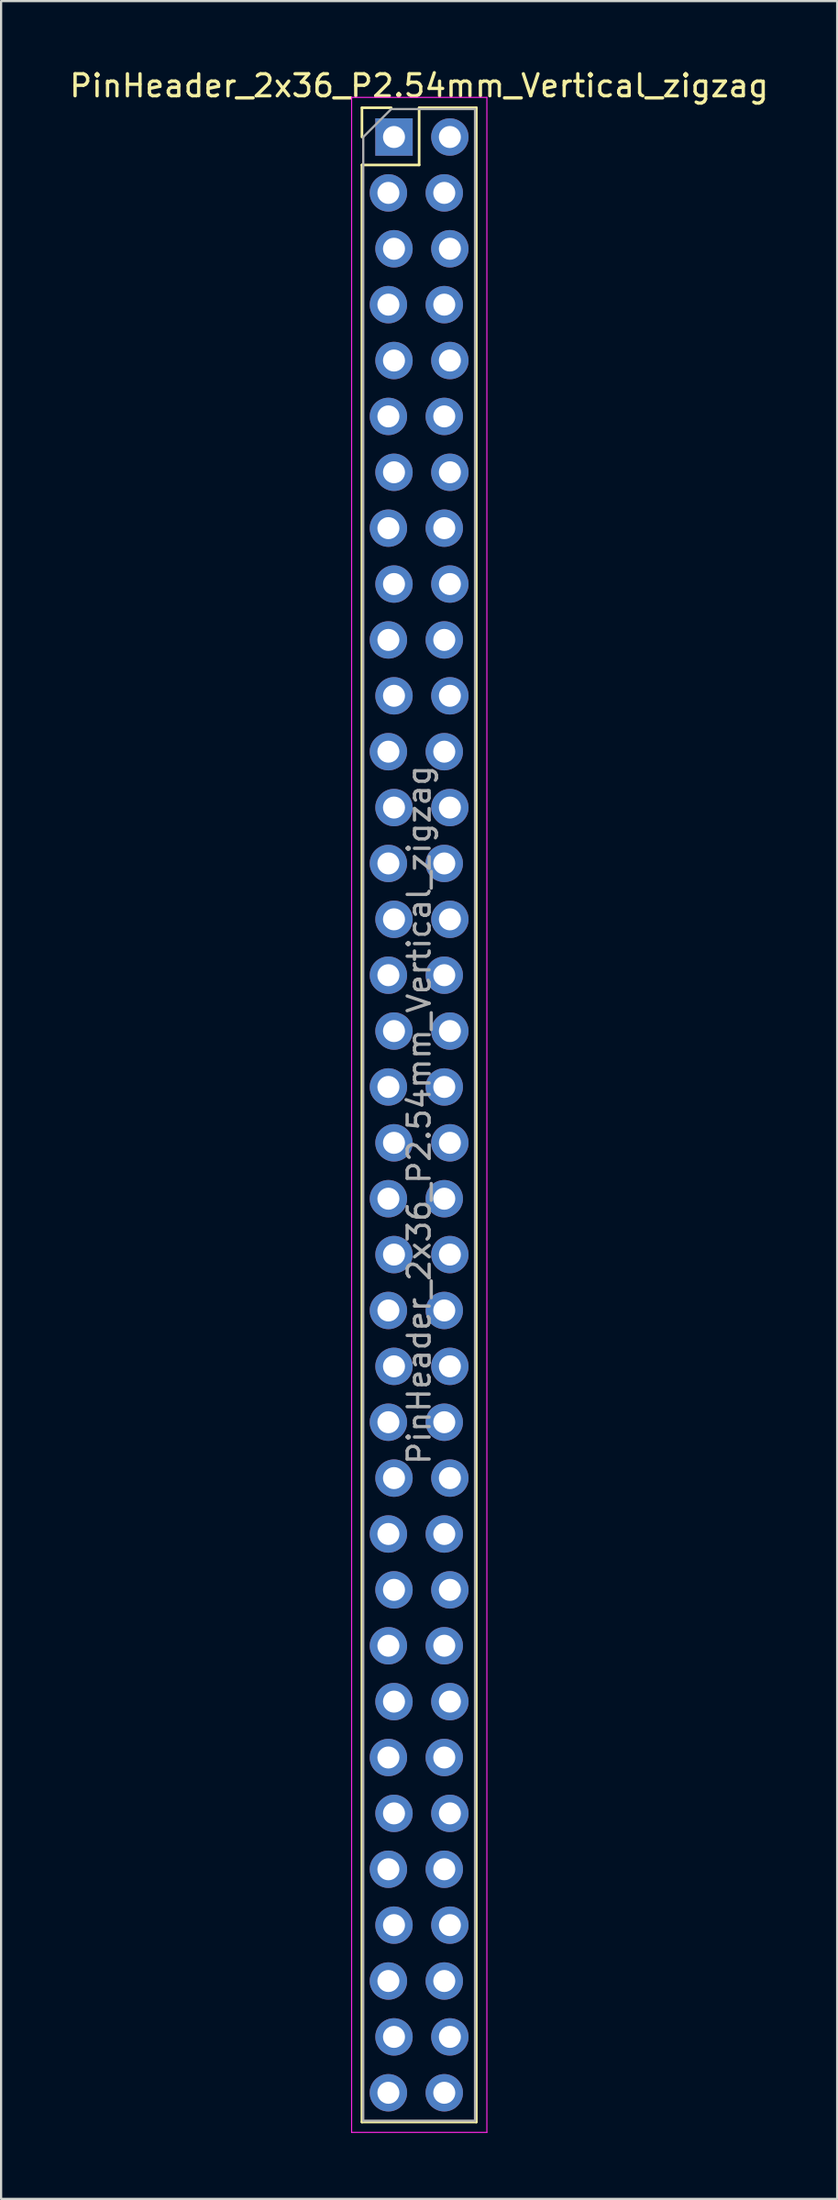
<source format=kicad_pcb>
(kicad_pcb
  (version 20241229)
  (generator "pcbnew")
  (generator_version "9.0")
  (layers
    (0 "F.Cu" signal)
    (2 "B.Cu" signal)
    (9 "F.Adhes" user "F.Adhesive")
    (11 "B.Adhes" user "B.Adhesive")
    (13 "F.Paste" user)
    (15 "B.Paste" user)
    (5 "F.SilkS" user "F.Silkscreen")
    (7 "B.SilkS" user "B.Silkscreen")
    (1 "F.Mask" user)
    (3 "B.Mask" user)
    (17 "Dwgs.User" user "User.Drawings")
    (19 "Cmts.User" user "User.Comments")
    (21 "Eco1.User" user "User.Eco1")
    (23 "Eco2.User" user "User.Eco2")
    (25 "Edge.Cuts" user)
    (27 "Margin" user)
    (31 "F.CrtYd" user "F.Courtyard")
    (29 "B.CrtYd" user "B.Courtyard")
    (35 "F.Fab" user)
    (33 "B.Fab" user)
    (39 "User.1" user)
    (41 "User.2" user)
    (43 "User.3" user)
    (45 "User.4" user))
  (footprint "PinHeader_2x36_P2.54mm_Vertical_zigzag"
    (layer "F.Cu")
    (at 14.736 3.178)
    (property "Reference" "PinHeader_2x36_P2.54mm_Vertical_zigzag" (at 1.27 -2.33 0) (layer "F.SilkS") (effects (font (size 1 1) (thickness 0.15))))
    (attr through_hole)
    (fp_line (start -1.33 -1.33) (end 0 -1.33) (stroke (width 0.12) (type solid)) (layer "F.SilkS"))
    (fp_line (start -1.33 0) (end -1.33 -1.33) (stroke (width 0.12) (type solid)) (layer "F.SilkS"))
    (fp_line (start -1.33 1.27) (end -1.33 90.23) (stroke (width 0.12) (type solid)) (layer "F.SilkS"))
    (fp_line (start -1.33 1.27) (end 1.27 1.27) (stroke (width 0.12) (type solid)) (layer "F.SilkS"))
    (fp_line (start -1.33 90.23) (end 3.87 90.23) (stroke (width 0.12) (type solid)) (layer "F.SilkS"))
    (fp_line (start 1.27 -1.33) (end 3.87 -1.33) (stroke (width 0.12) (type solid)) (layer "F.SilkS"))
    (fp_line (start 1.27 1.27) (end 1.27 -1.33) (stroke (width 0.12) (type solid)) (layer "F.SilkS"))
    (fp_line (start 3.87 -1.33) (end 3.87 90.23) (stroke (width 0.12) (type solid)) (layer "F.SilkS"))
    (fp_line (start -1.8 -1.8) (end -1.8 90.7) (stroke (width 0.05) (type solid)) (layer "F.CrtYd"))
    (fp_line (start -1.8 90.7) (end 4.35 90.7) (stroke (width 0.05) (type solid)) (layer "F.CrtYd"))
    (fp_line (start 4.35 -1.8) (end -1.8 -1.8) (stroke (width 0.05) (type solid)) (layer "F.CrtYd"))
    (fp_line (start 4.35 90.7) (end 4.35 -1.8) (stroke (width 0.05) (type solid)) (layer "F.CrtYd"))
    (fp_line (start -1.27 0) (end 0 -1.27) (stroke (width 0.1) (type solid)) (layer "F.Fab"))
    (fp_line (start -1.27 90.17) (end -1.27 0) (stroke (width 0.1) (type solid)) (layer "F.Fab"))
    (fp_line (start 0 -1.27) (end 3.81 -1.27) (stroke (width 0.1) (type solid)) (layer "F.Fab"))
    (fp_line (start 3.81 -1.27) (end 3.81 90.17) (stroke (width 0.1) (type solid)) (layer "F.Fab"))
    (fp_line (start 3.81 90.17) (end -1.27 90.17) (stroke (width 0.1) (type solid)) (layer "F.Fab"))
    (fp_text user "${REFERENCE}" (at 1.27 44.45 90) (layer "F.Fab") (effects (font (size 1 1) (thickness 0.15))))
    (pad "1" thru_hole rect (at 0.127 0) (size 1.7 1.7) (drill 1) (layers "*.Cu" "*.Mask"))
    (pad "2" thru_hole oval (at 2.667 0) (size 1.7 1.7) (drill 1) (layers "*.Cu" "*.Mask"))
    (pad "3" thru_hole oval (at -0.127 2.54) (size 1.7 1.7) (drill 1) (layers "*.Cu" "*.Mask"))
    (pad "4" thru_hole oval (at 2.413 2.54) (size 1.7 1.7) (drill 1) (layers "*.Cu" "*.Mask"))
    (pad "5" thru_hole oval (at 0.127 5.08) (size 1.7 1.7) (drill 1) (layers "*.Cu" "*.Mask"))
    (pad "6" thru_hole oval (at 2.667 5.08) (size 1.7 1.7) (drill 1) (layers "*.Cu" "*.Mask"))
    (pad "7" thru_hole oval (at -0.127 7.62) (size 1.7 1.7) (drill 1) (layers "*.Cu" "*.Mask"))
    (pad "8" thru_hole oval (at 2.413 7.62) (size 1.7 1.7) (drill 1) (layers "*.Cu" "*.Mask"))
    (pad "9" thru_hole oval (at 0.127 10.16) (size 1.7 1.7) (drill 1) (layers "*.Cu" "*.Mask"))
    (pad "10" thru_hole oval (at 2.667 10.16) (size 1.7 1.7) (drill 1) (layers "*.Cu" "*.Mask"))
    (pad "11" thru_hole oval (at -0.127 12.7) (size 1.7 1.7) (drill 1) (layers "*.Cu" "*.Mask"))
    (pad "12" thru_hole oval (at 2.413 12.7) (size 1.7 1.7) (drill 1) (layers "*.Cu" "*.Mask"))
    (pad "13" thru_hole oval (at 0.127 15.24) (size 1.7 1.7) (drill 1) (layers "*.Cu" "*.Mask"))
    (pad "14" thru_hole oval (at 2.667 15.24) (size 1.7 1.7) (drill 1) (layers "*.Cu" "*.Mask"))
    (pad "15" thru_hole oval (at -0.127 17.78) (size 1.7 1.7) (drill 1) (layers "*.Cu" "*.Mask"))
    (pad "16" thru_hole oval (at 2.413 17.78) (size 1.7 1.7) (drill 1) (layers "*.Cu" "*.Mask"))
    (pad "17" thru_hole oval (at 0.127 20.32) (size 1.7 1.7) (drill 1) (layers "*.Cu" "*.Mask"))
    (pad "18" thru_hole oval (at 2.667 20.32) (size 1.7 1.7) (drill 1) (layers "*.Cu" "*.Mask"))
    (pad "19" thru_hole oval (at -0.127 22.86) (size 1.7 1.7) (drill 1) (layers "*.Cu" "*.Mask"))
    (pad "20" thru_hole oval (at 2.413 22.86) (size 1.7 1.7) (drill 1) (layers "*.Cu" "*.Mask"))
    (pad "21" thru_hole oval (at 0.127 25.4) (size 1.7 1.7) (drill 1) (layers "*.Cu" "*.Mask"))
    (pad "22" thru_hole oval (at 2.667 25.4) (size 1.7 1.7) (drill 1) (layers "*.Cu" "*.Mask"))
    (pad "23" thru_hole oval (at -0.127 27.94) (size 1.7 1.7) (drill 1) (layers "*.Cu" "*.Mask"))
    (pad "24" thru_hole oval (at 2.413 27.94) (size 1.7 1.7) (drill 1) (layers "*.Cu" "*.Mask"))
    (pad "25" thru_hole oval (at 0.127 30.48) (size 1.7 1.7) (drill 1) (layers "*.Cu" "*.Mask"))
    (pad "26" thru_hole oval (at 2.667 30.48) (size 1.7 1.7) (drill 1) (layers "*.Cu" "*.Mask"))
    (pad "27" thru_hole oval (at -0.127 33.02) (size 1.7 1.7) (drill 1) (layers "*.Cu" "*.Mask"))
    (pad "28" thru_hole oval (at 2.413 33.02) (size 1.7 1.7) (drill 1) (layers "*.Cu" "*.Mask"))
    (pad "29" thru_hole oval (at 0.127 35.56) (size 1.7 1.7) (drill 1) (layers "*.Cu" "*.Mask"))
    (pad "30" thru_hole oval (at 2.667 35.56) (size 1.7 1.7) (drill 1) (layers "*.Cu" "*.Mask"))
    (pad "31" thru_hole oval (at -0.127 38.1) (size 1.7 1.7) (drill 1) (layers "*.Cu" "*.Mask"))
    (pad "32" thru_hole oval (at 2.413 38.1) (size 1.7 1.7) (drill 1) (layers "*.Cu" "*.Mask"))
    (pad "33" thru_hole oval (at 0.127 40.64) (size 1.7 1.7) (drill 1) (layers "*.Cu" "*.Mask"))
    (pad "34" thru_hole oval (at 2.667 40.64) (size 1.7 1.7) (drill 1) (layers "*.Cu" "*.Mask"))
    (pad "35" thru_hole oval (at -0.127 43.18) (size 1.7 1.7) (drill 1) (layers "*.Cu" "*.Mask"))
    (pad "36" thru_hole oval (at 2.413 43.18) (size 1.7 1.7) (drill 1) (layers "*.Cu" "*.Mask"))
    (pad "37" thru_hole oval (at 0.127 45.72) (size 1.7 1.7) (drill 1) (layers "*.Cu" "*.Mask"))
    (pad "38" thru_hole oval (at 2.667 45.72) (size 1.7 1.7) (drill 1) (layers "*.Cu" "*.Mask"))
    (pad "39" thru_hole oval (at -0.127 48.26) (size 1.7 1.7) (drill 1) (layers "*.Cu" "*.Mask"))
    (pad "40" thru_hole oval (at 2.413 48.26) (size 1.7 1.7) (drill 1) (layers "*.Cu" "*.Mask"))
    (pad "41" thru_hole oval (at 0.127 50.8) (size 1.7 1.7) (drill 1) (layers "*.Cu" "*.Mask"))
    (pad "42" thru_hole oval (at 2.667 50.8) (size 1.7 1.7) (drill 1) (layers "*.Cu" "*.Mask"))
    (pad "43" thru_hole oval (at -0.127 53.34) (size 1.7 1.7) (drill 1) (layers "*.Cu" "*.Mask"))
    (pad "44" thru_hole oval (at 2.413 53.34) (size 1.7 1.7) (drill 1) (layers "*.Cu" "*.Mask"))
    (pad "45" thru_hole oval (at 0.127 55.88) (size 1.7 1.7) (drill 1) (layers "*.Cu" "*.Mask"))
    (pad "46" thru_hole oval (at 2.667 55.88) (size 1.7 1.7) (drill 1) (layers "*.Cu" "*.Mask"))
    (pad "47" thru_hole oval (at -0.127 58.42) (size 1.7 1.7) (drill 1) (layers "*.Cu" "*.Mask"))
    (pad "48" thru_hole oval (at 2.413 58.42) (size 1.7 1.7) (drill 1) (layers "*.Cu" "*.Mask"))
    (pad "49" thru_hole oval (at 0.127 60.96) (size 1.7 1.7) (drill 1) (layers "*.Cu" "*.Mask"))
    (pad "50" thru_hole oval (at 2.667 60.96) (size 1.7 1.7) (drill 1) (layers "*.Cu" "*.Mask"))
    (pad "51" thru_hole oval (at -0.127 63.5) (size 1.7 1.7) (drill 1) (layers "*.Cu" "*.Mask"))
    (pad "52" thru_hole oval (at 2.413 63.5) (size 1.7 1.7) (drill 1) (layers "*.Cu" "*.Mask"))
    (pad "53" thru_hole oval (at 0.127 66.04) (size 1.7 1.7) (drill 1) (layers "*.Cu" "*.Mask"))
    (pad "54" thru_hole oval (at 2.667 66.04) (size 1.7 1.7) (drill 1) (layers "*.Cu" "*.Mask"))
    (pad "55" thru_hole oval (at -0.127 68.58) (size 1.7 1.7) (drill 1) (layers "*.Cu" "*.Mask"))
    (pad "56" thru_hole oval (at 2.413 68.58) (size 1.7 1.7) (drill 1) (layers "*.Cu" "*.Mask"))
    (pad "57" thru_hole oval (at 0.127 71.12) (size 1.7 1.7) (drill 1) (layers "*.Cu" "*.Mask"))
    (pad "58" thru_hole oval (at 2.667 71.12) (size 1.7 1.7) (drill 1) (layers "*.Cu" "*.Mask"))
    (pad "59" thru_hole oval (at -0.127 73.66) (size 1.7 1.7) (drill 1) (layers "*.Cu" "*.Mask"))
    (pad "60" thru_hole oval (at 2.413 73.66) (size 1.7 1.7) (drill 1) (layers "*.Cu" "*.Mask"))
    (pad "61" thru_hole oval (at 0.127 76.2) (size 1.7 1.7) (drill 1) (layers "*.Cu" "*.Mask"))
    (pad "62" thru_hole oval (at 2.667 76.2) (size 1.7 1.7) (drill 1) (layers "*.Cu" "*.Mask"))
    (pad "63" thru_hole oval (at -0.127 78.74) (size 1.7 1.7) (drill 1) (layers "*.Cu" "*.Mask"))
    (pad "64" thru_hole oval (at 2.413 78.74) (size 1.7 1.7) (drill 1) (layers "*.Cu" "*.Mask"))
    (pad "65" thru_hole oval (at 0.127 81.28) (size 1.7 1.7) (drill 1) (layers "*.Cu" "*.Mask"))
    (pad "66" thru_hole oval (at 2.667 81.28) (size 1.7 1.7) (drill 1) (layers "*.Cu" "*.Mask"))
    (pad "67" thru_hole oval (at -0.127 83.82) (size 1.7 1.7) (drill 1) (layers "*.Cu" "*.Mask"))
    (pad "68" thru_hole oval (at 2.413 83.82) (size 1.7 1.7) (drill 1) (layers "*.Cu" "*.Mask"))
    (pad "69" thru_hole oval (at 0.127 86.36) (size 1.7 1.7) (drill 1) (layers "*.Cu" "*.Mask"))
    (pad "70" thru_hole oval (at 2.667 86.36) (size 1.7 1.7) (drill 1) (layers "*.Cu" "*.Mask"))
    (pad "71" thru_hole oval (at -0.127 88.9) (size 1.7 1.7) (drill 1) (layers "*.Cu" "*.Mask"))
    (pad "72" thru_hole oval (at 2.413 88.9) (size 1.7 1.7) (drill 1) (layers "*.Cu" "*.Mask")))
  (gr_rect
    (start -3 -3)
    (end 35.012 96.903)
    (stroke (width 0.1) (type default))
    (fill no)
    (layer "Edge.Cuts")))
</source>
